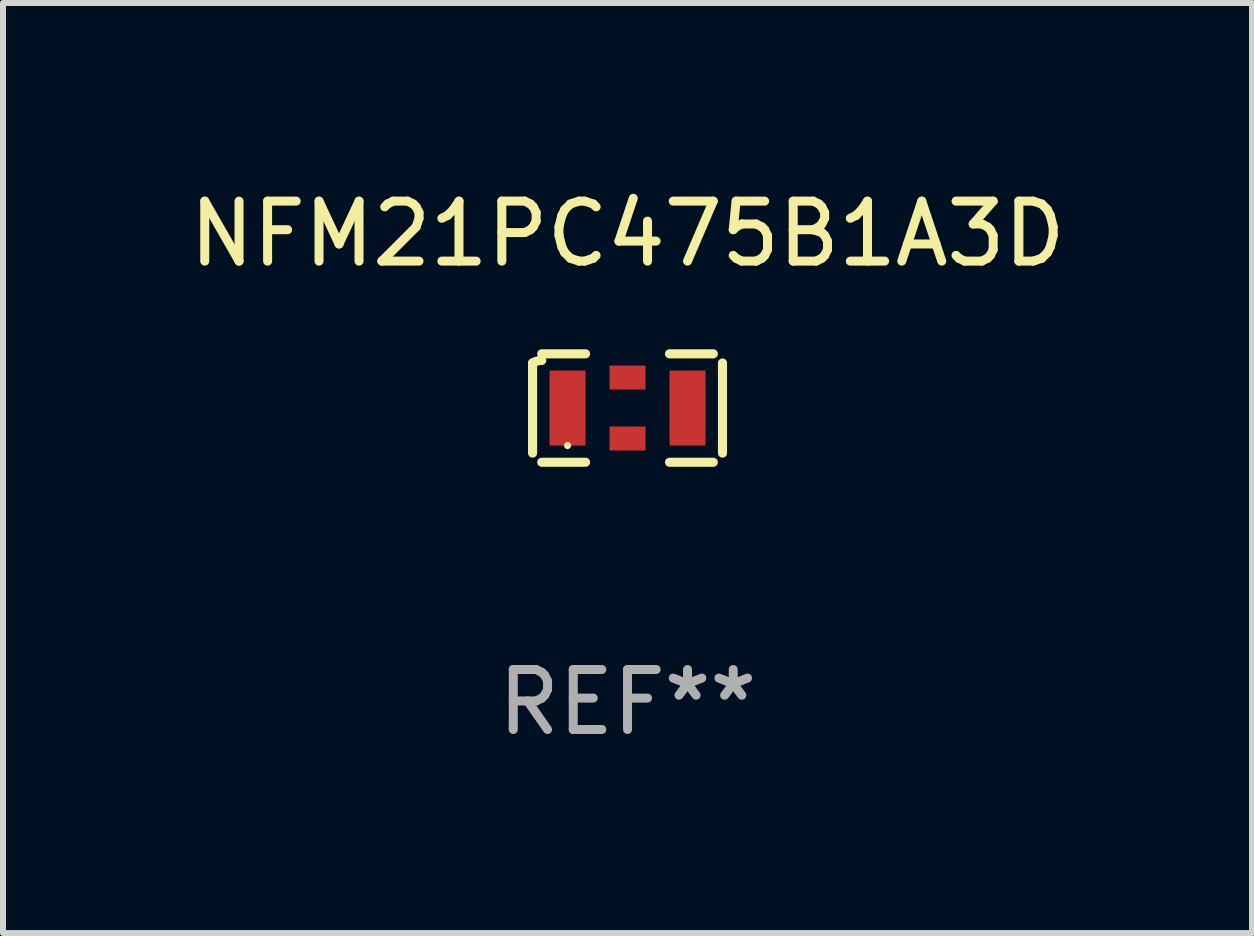
<source format=kicad_pcb>
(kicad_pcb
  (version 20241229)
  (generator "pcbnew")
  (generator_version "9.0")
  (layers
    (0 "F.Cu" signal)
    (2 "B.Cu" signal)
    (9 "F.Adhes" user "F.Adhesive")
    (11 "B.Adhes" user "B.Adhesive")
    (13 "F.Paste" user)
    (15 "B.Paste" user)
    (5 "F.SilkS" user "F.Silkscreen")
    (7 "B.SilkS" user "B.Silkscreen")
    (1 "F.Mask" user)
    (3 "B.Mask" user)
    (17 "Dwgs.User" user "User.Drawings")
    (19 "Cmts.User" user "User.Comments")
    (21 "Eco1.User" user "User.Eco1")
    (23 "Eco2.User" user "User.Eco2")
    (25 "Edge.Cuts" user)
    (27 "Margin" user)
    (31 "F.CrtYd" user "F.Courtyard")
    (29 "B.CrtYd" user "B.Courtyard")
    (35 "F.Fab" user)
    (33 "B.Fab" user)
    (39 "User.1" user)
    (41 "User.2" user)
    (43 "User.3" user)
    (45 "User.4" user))
  (footprint "NFM21PC475B1A3D"
    (layer "F.Cu")
    (at 7.411 3.752)
    (property "Reference" "NFM21PC475B1A3D" (at 0 -2.904 0) (layer "F.SilkS") (effects (font (size 1 1) (thickness 0.15))))
    (attr through_hole)
    (fp_line (start -1.583 0.751) (end -1.583 -0.751) (stroke (width 0.152) (type solid)) (layer "F.SilkS"))
    (fp_line (start -1.43 -0.904) (end -0.7 -0.904) (stroke (width 0.152) (type solid)) (layer "F.SilkS"))
    (fp_line (start -1.43 0.904) (end -0.7 0.904) (stroke (width 0.152) (type solid)) (layer "F.SilkS"))
    (fp_line (start 1.43 -0.904) (end 0.7 -0.904) (stroke (width 0.152) (type solid)) (layer "F.SilkS"))
    (fp_line (start 1.43 0.904) (end 0.7 0.904) (stroke (width 0.152) (type solid)) (layer "F.SilkS"))
    (fp_line (start 1.583 0.751) (end 1.583 -0.751) (stroke (width 0.152) (type solid)) (layer "F.SilkS"))
    (fp_arc (start -1.582601 -0.751207) (mid -1.509353 -0.783131) (end -1.4302 -0.794043) (stroke (width 0.1524) (type solid)) (layer "F.SilkS"))
    (fp_circle (center -1 0.625) (end -0.97 0.625) (stroke (width 0.06) (type solid)) (fill no) (layer "F.SilkS"))
    (fp_text user "REF**" (at 0 4.904 0) (layer "F.Fab") (effects (font (size 1 1) (thickness 0.15))))
    (pad "1" smd rect (at -1 0 90) (size 1.25 0.6) (layers "F.Cu" "F.Mask" "F.Paste"))
    (pad "2" smd rect (at 0 0.508 180) (size 0.6 0.4) (layers "F.Cu" "F.Mask" "F.Paste"))
    (pad "3" smd rect (at 1 0 90) (size 1.25 0.6) (layers "F.Cu" "F.Mask" "F.Paste"))
    (pad "4" smd rect (at 0 -0.508 90) (size 0.4 0.6) (layers "F.Cu" "F.Mask" "F.Paste")))
  (gr_rect
    (start -3 -3)
    (end 17.821 12.504)
    (stroke (width 0.1) (type default))
    (fill no)
    (layer "Edge.Cuts")))
</source>
